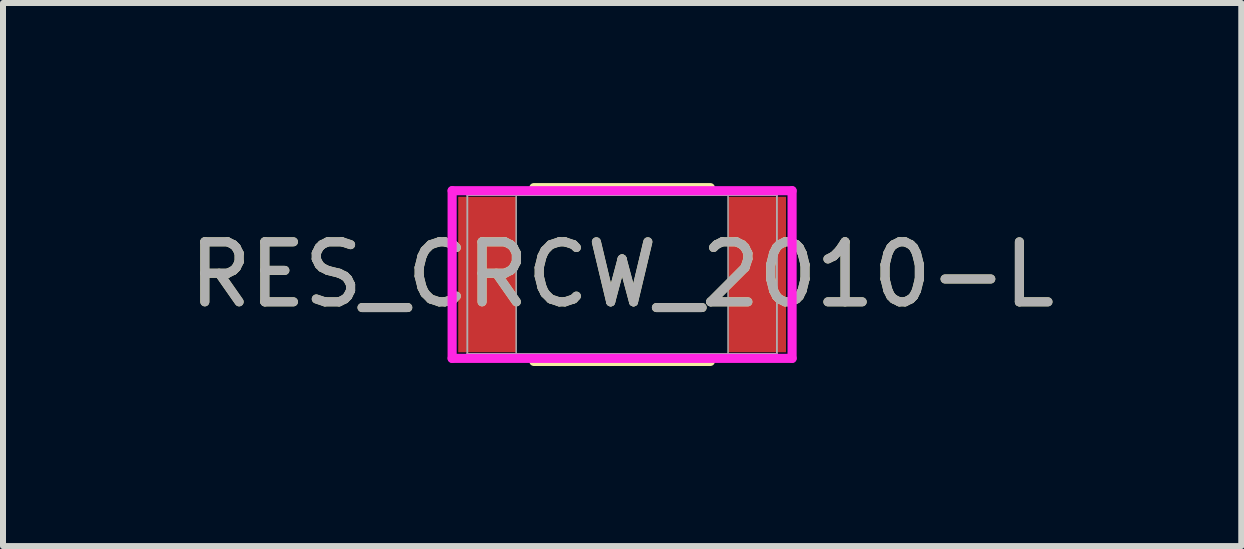
<source format=kicad_pcb>
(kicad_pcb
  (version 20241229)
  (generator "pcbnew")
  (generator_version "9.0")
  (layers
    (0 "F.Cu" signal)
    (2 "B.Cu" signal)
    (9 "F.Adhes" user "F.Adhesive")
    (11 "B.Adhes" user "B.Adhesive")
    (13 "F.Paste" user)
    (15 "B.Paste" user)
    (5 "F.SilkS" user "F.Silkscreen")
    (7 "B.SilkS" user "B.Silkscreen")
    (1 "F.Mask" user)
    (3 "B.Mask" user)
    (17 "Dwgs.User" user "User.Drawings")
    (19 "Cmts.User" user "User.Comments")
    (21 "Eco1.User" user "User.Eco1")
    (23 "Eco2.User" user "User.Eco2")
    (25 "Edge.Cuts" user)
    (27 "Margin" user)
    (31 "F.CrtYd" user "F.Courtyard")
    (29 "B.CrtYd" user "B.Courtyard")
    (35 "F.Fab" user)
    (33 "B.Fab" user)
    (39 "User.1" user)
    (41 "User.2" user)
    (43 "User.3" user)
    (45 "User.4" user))
  (footprint "RES_CRCW_2010-L"
    (layer "F.Cu")
    (at 7.315 1.524)
    (property "Reference" "RES_CRCW_2010-L" (at 0 0 0) (unlocked yes) (layer "F.SilkS") (effects (font (size 1 1) (thickness 0.15))))
    (attr smd)
    (fp_line (start -1.47 1.448) (end 1.47 1.448) (stroke (width 0.152) (type solid)) (layer "F.SilkS"))
    (fp_line (start 1.47 -1.448) (end -1.47 -1.448) (stroke (width 0.152) (type solid)) (layer "F.SilkS"))
    (fp_line (start -2.832 -1.397) (end 2.832 -1.397) (stroke (width 0.152) (type solid)) (layer "F.CrtYd"))
    (fp_line (start -2.832 1.397) (end -2.832 -1.397) (stroke (width 0.152) (type solid)) (layer "F.CrtYd"))
    (fp_line (start 2.832 -1.397) (end 2.832 1.397) (stroke (width 0.152) (type solid)) (layer "F.CrtYd"))
    (fp_line (start 2.832 1.397) (end -2.832 1.397) (stroke (width 0.152) (type solid)) (layer "F.CrtYd"))
    (fp_line (start -2.578 -1.321) (end -2.578 1.321) (stroke (width 0.025) (type solid)) (layer "F.Fab"))
    (fp_line (start -2.578 -1.321) (end -2.578 1.321) (stroke (width 0.025) (type solid)) (layer "F.Fab"))
    (fp_line (start -2.578 1.321) (end -1.765 1.321) (stroke (width 0.025) (type solid)) (layer "F.Fab"))
    (fp_line (start -2.578 1.321) (end 2.578 1.321) (stroke (width 0.025) (type solid)) (layer "F.Fab"))
    (fp_line (start -1.765 -1.321) (end -2.578 -1.321) (stroke (width 0.025) (type solid)) (layer "F.Fab"))
    (fp_line (start -1.765 1.321) (end -1.765 -1.321) (stroke (width 0.025) (type solid)) (layer "F.Fab"))
    (fp_line (start 1.765 -1.321) (end 1.765 1.321) (stroke (width 0.025) (type solid)) (layer "F.Fab"))
    (fp_line (start 1.765 1.321) (end 2.578 1.321) (stroke (width 0.025) (type solid)) (layer "F.Fab"))
    (fp_line (start 2.578 -1.321) (end -2.578 -1.321) (stroke (width 0.025) (type solid)) (layer "F.Fab"))
    (fp_line (start 2.578 -1.321) (end 1.765 -1.321) (stroke (width 0.025) (type solid)) (layer "F.Fab"))
    (fp_line (start 2.578 1.321) (end 2.578 -1.321) (stroke (width 0.025) (type solid)) (layer "F.Fab"))
    (fp_line (start 2.578 1.321) (end 2.578 -1.321) (stroke (width 0.025) (type solid)) (layer "F.Fab"))
    (fp_text user "${REFERENCE}" (at 0 0 0) (unlocked yes) (layer "F.Fab") (effects (font (size 1 1) (thickness 0.15))))
    (pad "1" smd rect (at -2.248 0) (size 0.965 2.591) (layers "F.Cu" "F.Mask" "F.Paste"))
    (pad "2" smd rect (at 2.248 0) (size 0.965 2.591) (layers "F.Cu" "F.Mask" "F.Paste"))
    (zone (net_name "") (layer "F.Cu") (hatch full 0.508) (connect_pads) (min_thickness 0.254) (filled_areas_thickness no) (keepout (tracks not_allowed) (vias not_allowed) (pads allowed) (copperpour not_allowed) (footprints allowed)) (placement (enabled no)) (fill) (polygon (pts (xy 5.601 0.254) (xy 9.03 0.254) (xy 9.03 2.794) (xy 5.601 2.794)))))
  (gr_rect
    (start -3 -3)
    (end 17.631 6.048)
    (stroke (width 0.1) (type default))
    (fill no)
    (layer "Edge.Cuts")))
</source>
